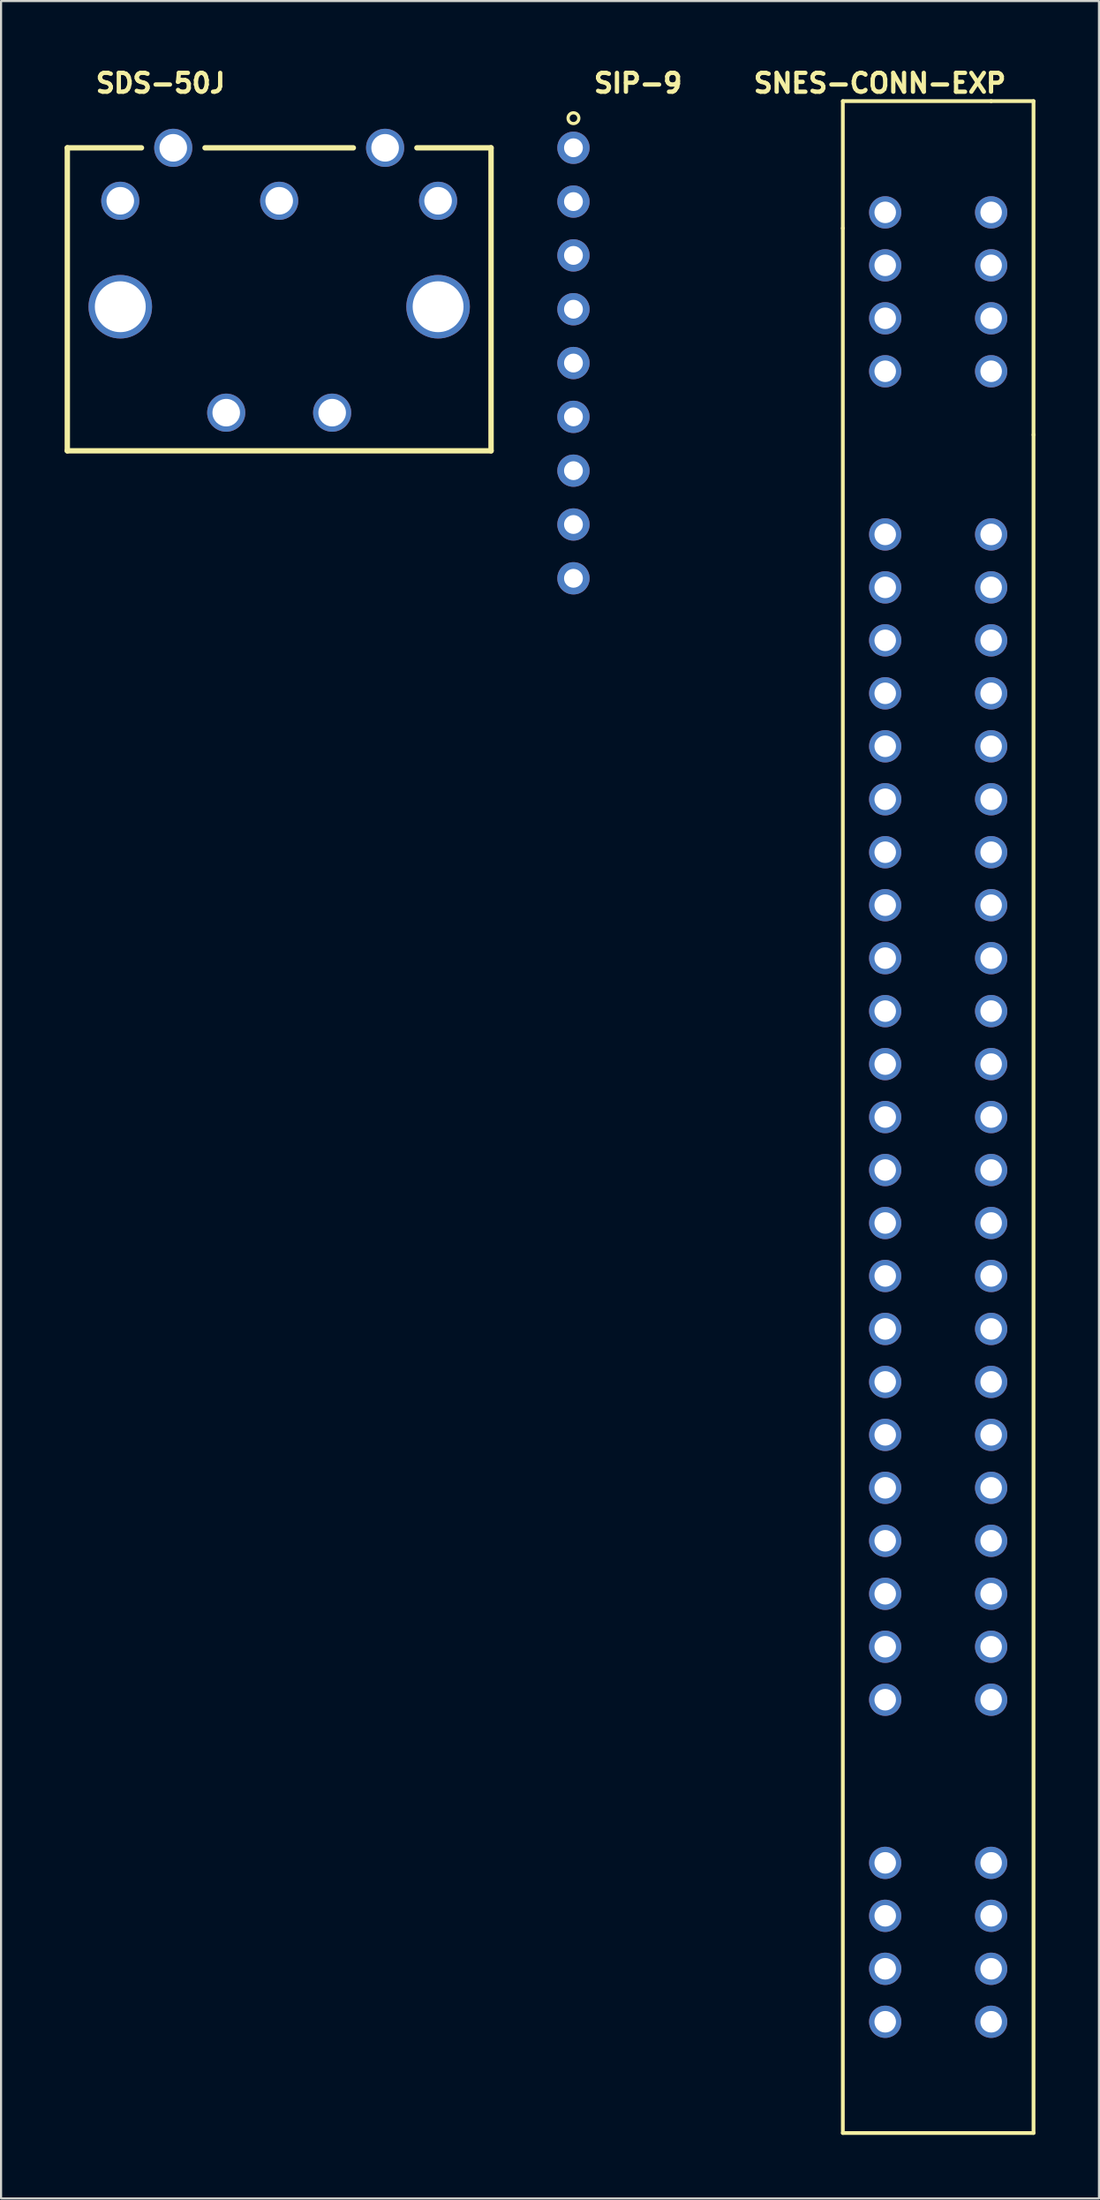
<source format=kicad_pcb>
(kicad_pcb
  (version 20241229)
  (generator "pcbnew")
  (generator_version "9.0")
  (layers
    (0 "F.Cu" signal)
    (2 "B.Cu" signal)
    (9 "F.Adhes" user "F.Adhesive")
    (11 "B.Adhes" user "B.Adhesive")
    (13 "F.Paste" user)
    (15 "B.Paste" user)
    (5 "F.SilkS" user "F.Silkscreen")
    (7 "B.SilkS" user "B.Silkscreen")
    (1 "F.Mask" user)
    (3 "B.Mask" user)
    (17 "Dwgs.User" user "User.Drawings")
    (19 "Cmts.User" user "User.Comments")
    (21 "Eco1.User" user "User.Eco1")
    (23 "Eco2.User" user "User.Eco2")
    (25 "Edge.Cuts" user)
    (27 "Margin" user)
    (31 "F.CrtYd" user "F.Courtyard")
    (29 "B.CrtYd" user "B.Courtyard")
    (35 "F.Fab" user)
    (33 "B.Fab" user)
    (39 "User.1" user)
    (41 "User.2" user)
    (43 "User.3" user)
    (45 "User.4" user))
  (footprint "SDS-50J"
    (layer "F.Cu")
    (at 10.127 6.427)
    (property "Reference" "SDS-50J" (at -5.6 -5.55 0) (layer "F.SilkS") (effects (font (size 0.889 0.889) (thickness 0.203))))
    (attr through_hole)
    (fp_line (start -10 -2.5) (end -6.5 -2.5) (stroke (width 0.254) (type default)) (layer "F.SilkS"))
    (fp_line (start -10 11.8) (end -10 -2.5) (stroke (width 0.254) (type solid)) (layer "F.SilkS"))
    (fp_line (start -3.5 -2.5) (end 3.5 -2.5) (stroke (width 0.254) (type default)) (layer "F.SilkS"))
    (fp_line (start 10 -2.5) (end 6.5 -2.5) (stroke (width 0.254) (type default)) (layer "F.SilkS"))
    (fp_line (start 10 11.8) (end -10 11.8) (stroke (width 0.254) (type solid)) (layer "F.SilkS"))
    (fp_line (start 10 11.8) (end 10 -2.5) (stroke (width 0.254) (type solid)) (layer "F.SilkS"))
    (pad "0" thru_hole circle (at -7.5 5) (size 3 3) (drill 2.4) (layers "*.Cu" "*.Mask"))
    (pad "0" thru_hole circle (at -2.5 10) (size 1.8 1.8) (drill 1.3) (layers "*.Cu" "*.Mask"))
    (pad "0" thru_hole circle (at 2.5 10) (size 1.8 1.8) (drill 1.3) (layers "*.Cu" "*.Mask"))
    (pad "0" thru_hole circle (at 7.5 5) (size 3 3) (drill 2.4) (layers "*.Cu" "*.Mask"))
    (pad "1" thru_hole circle (at 7.5 0) (size 1.8 1.8) (drill 1.3) (layers "*.Cu" "*.Mask"))
    (pad "2" thru_hole circle (at 0 0) (size 1.8 1.8) (drill 1.3) (layers "*.Cu" "*.Mask"))
    (pad "3" thru_hole circle (at -7.5 0) (size 1.8 1.8) (drill 1.3) (layers "*.Cu" "*.Mask"))
    (pad "4" thru_hole circle (at 5 -2.5) (size 1.8 1.8) (drill 1.3) (layers "*.Cu" "*.Mask"))
    (pad "5" thru_hole circle (at -5 -2.5) (size 1.8 1.8) (drill 1.3) (layers "*.Cu" "*.Mask")))
  (footprint "SIP-9"
    (layer "F.Cu")
    (at 24.016 3.925)
    (property "Reference" "SIP-9" (at 3.048 -3.048 0) (layer "F.SilkS") (effects (font (size 0.889 0.889) (thickness 0.203))))
    (attr through_hole)
    (fp_arc (start 0 -1.143) (mid 0 -1.651) (end 0 -1.143) (stroke (width 0.15) (type solid)) (layer "F.SilkS"))
    (pad "1" thru_hole circle (at 0 0) (size 1.524 1.524) (drill 0.889) (layers "*.Cu" "*.Mask"))
    (pad "2" thru_hole circle (at 0 2.54) (size 1.524 1.524) (drill 0.889) (layers "*.Cu" "*.Mask"))
    (pad "3" thru_hole circle (at 0 5.08) (size 1.524 1.524) (drill 0.889) (layers "*.Cu" "*.Mask"))
    (pad "4" thru_hole circle (at 0 7.62) (size 1.524 1.524) (drill 0.889) (layers "*.Cu" "*.Mask"))
    (pad "5" thru_hole circle (at 0 10.16) (size 1.524 1.524) (drill 0.889) (layers "*.Cu" "*.Mask"))
    (pad "6" thru_hole circle (at 0 12.7) (size 1.524 1.524) (drill 0.889) (layers "*.Cu" "*.Mask"))
    (pad "7" thru_hole circle (at 0 15.24) (size 1.524 1.524) (drill 0.889) (layers "*.Cu" "*.Mask"))
    (pad "8" thru_hole circle (at 0 17.78) (size 1.524 1.524) (drill 0.889) (layers "*.Cu" "*.Mask"))
    (pad "9" thru_hole circle (at 0 20.32) (size 1.524 1.524) (drill 0.889) (layers "*.Cu" "*.Mask")))
  (footprint "SNES-CONN-EXP"
    (layer "F.Cu")
    (at 38.73 6.973)
    (property "Reference" "SNES-CONN-EXP" (at -0.254 -6.096 0) (layer "F.SilkS") (effects (font (size 0.889 0.889) (thickness 0.203))))
    (attr through_hole)
    (fp_line (start -2 -5.25) (end -2 0.75) (stroke (width 0.178) (type solid)) (layer "F.SilkS"))
    (fp_line (start -2 -5.25) (end 5 -5.25) (stroke (width 0.178) (type solid)) (layer "F.SilkS"))
    (fp_line (start -2 0.75) (end -2 90.65) (stroke (width 0.178) (type solid)) (layer "F.SilkS"))
    (fp_line (start -2 90.65) (end 7 90.65) (stroke (width 0.178) (type solid)) (layer "F.SilkS"))
    (fp_line (start 5 -5.25) (end 7 -5.25) (stroke (width 0.178) (type solid)) (layer "F.SilkS"))
    (fp_line (start 7 -5.25) (end 7 10.5) (stroke (width 0.178) (type solid)) (layer "F.SilkS"))
    (fp_line (start 7 10.5) (end 7 90.65) (stroke (width 0.178) (type solid)) (layer "F.SilkS"))
    (pad "1" thru_hole circle (at 0 0) (size 1.524 1.524) (drill 1.016) (layers "*.Cu" "*.Mask"))
    (pad "2" thru_hole circle (at 0 2.5) (size 1.524 1.524) (drill 1.016) (layers "*.Cu" "*.Mask"))
    (pad "3" thru_hole circle (at 0 5) (size 1.524 1.524) (drill 1.016) (layers "*.Cu" "*.Mask"))
    (pad "4" thru_hole circle (at 0 7.5) (size 1.524 1.524) (drill 1.016) (layers "*.Cu" "*.Mask"))
    (pad "5" thru_hole circle (at 0 15.2) (size 1.524 1.524) (drill 1.016) (layers "*.Cu" "*.Mask"))
    (pad "6" thru_hole circle (at 0 17.7) (size 1.524 1.524) (drill 1.016) (layers "*.Cu" "*.Mask"))
    (pad "7" thru_hole circle (at 0 20.2) (size 1.524 1.524) (drill 1.016) (layers "*.Cu" "*.Mask"))
    (pad "8" thru_hole circle (at 0 22.7) (size 1.524 1.524) (drill 1.016) (layers "*.Cu" "*.Mask"))
    (pad "9" thru_hole circle (at 0 25.2) (size 1.524 1.524) (drill 1.016) (layers "*.Cu" "*.Mask"))
    (pad "10" thru_hole circle (at 0 27.7) (size 1.524 1.524) (drill 1.016) (layers "*.Cu" "*.Mask"))
    (pad "11" thru_hole circle (at 0 30.2) (size 1.524 1.524) (drill 1.016) (layers "*.Cu" "*.Mask"))
    (pad "12" thru_hole circle (at 0 32.7) (size 1.524 1.524) (drill 1.016) (layers "*.Cu" "*.Mask"))
    (pad "13" thru_hole circle (at 0 35.2) (size 1.524 1.524) (drill 1.016) (layers "*.Cu" "*.Mask"))
    (pad "14" thru_hole circle (at 0 37.7) (size 1.524 1.524) (drill 1.016) (layers "*.Cu" "*.Mask"))
    (pad "15" thru_hole circle (at 0 40.2) (size 1.524 1.524) (drill 1.016) (layers "*.Cu" "*.Mask"))
    (pad "16" thru_hole circle (at 0 42.7) (size 1.524 1.524) (drill 1.016) (layers "*.Cu" "*.Mask"))
    (pad "17" thru_hole circle (at 0 45.2) (size 1.524 1.524) (drill 1.016) (layers "*.Cu" "*.Mask"))
    (pad "18" thru_hole circle (at 0 47.7) (size 1.524 1.524) (drill 1.016) (layers "*.Cu" "*.Mask"))
    (pad "19" thru_hole circle (at 0 50.2) (size 1.524 1.524) (drill 1.016) (layers "*.Cu" "*.Mask"))
    (pad "20" thru_hole circle (at 0 52.7) (size 1.524 1.524) (drill 1.016) (layers "*.Cu" "*.Mask"))
    (pad "21" thru_hole circle (at 0 55.2) (size 1.524 1.524) (drill 1.016) (layers "*.Cu" "*.Mask"))
    (pad "22" thru_hole circle (at 0 57.7) (size 1.524 1.524) (drill 1.016) (layers "*.Cu" "*.Mask"))
    (pad "23" thru_hole circle (at 0 60.2) (size 1.524 1.524) (drill 1.016) (layers "*.Cu" "*.Mask"))
    (pad "24" thru_hole circle (at 0 62.7) (size 1.524 1.524) (drill 1.016) (layers "*.Cu" "*.Mask"))
    (pad "25" thru_hole circle (at 0 65.2) (size 1.524 1.524) (drill 1.016) (layers "*.Cu" "*.Mask"))
    (pad "26" thru_hole circle (at 0 67.7) (size 1.524 1.524) (drill 1.016) (layers "*.Cu" "*.Mask"))
    (pad "27" thru_hole circle (at 0 70.2) (size 1.524 1.524) (drill 1.016) (layers "*.Cu" "*.Mask"))
    (pad "28" thru_hole circle (at 0 77.9) (size 1.524 1.524) (drill 1.016) (layers "*.Cu" "*.Mask"))
    (pad "29" thru_hole circle (at 0 80.4) (size 1.524 1.524) (drill 1.016) (layers "*.Cu" "*.Mask"))
    (pad "30" thru_hole circle (at 0 82.9) (size 1.524 1.524) (drill 1.016) (layers "*.Cu" "*.Mask"))
    (pad "31" thru_hole circle (at 0 85.4) (size 1.524 1.524) (drill 1.016) (layers "*.Cu" "*.Mask"))
    (pad "32" thru_hole circle (at 5 0) (size 1.524 1.524) (drill 1.016) (layers "*.Cu" "*.Mask"))
    (pad "33" thru_hole circle (at 5 2.5) (size 1.524 1.524) (drill 1.016) (layers "*.Cu" "*.Mask"))
    (pad "34" thru_hole circle (at 5 5) (size 1.524 1.524) (drill 1.016) (layers "*.Cu" "*.Mask"))
    (pad "35" thru_hole circle (at 5 7.5) (size 1.524 1.524) (drill 1.016) (layers "*.Cu" "*.Mask"))
    (pad "36" thru_hole circle (at 5 15.2) (size 1.524 1.524) (drill 1.016) (layers "*.Cu" "*.Mask"))
    (pad "37" thru_hole circle (at 5 17.7) (size 1.524 1.524) (drill 1.016) (layers "*.Cu" "*.Mask"))
    (pad "38" thru_hole circle (at 5 20.2) (size 1.524 1.524) (drill 1.016) (layers "*.Cu" "*.Mask"))
    (pad "39" thru_hole circle (at 5 22.7) (size 1.524 1.524) (drill 1.016) (layers "*.Cu" "*.Mask"))
    (pad "40" thru_hole circle (at 5 25.2) (size 1.524 1.524) (drill 1.016) (layers "*.Cu" "*.Mask"))
    (pad "41" thru_hole circle (at 5 27.7) (size 1.524 1.524) (drill 1.016) (layers "*.Cu" "*.Mask"))
    (pad "42" thru_hole circle (at 5 30.2) (size 1.524 1.524) (drill 1.016) (layers "*.Cu" "*.Mask"))
    (pad "43" thru_hole circle (at 5 32.7) (size 1.524 1.524) (drill 1.016) (layers "*.Cu" "*.Mask"))
    (pad "44" thru_hole circle (at 5 35.2) (size 1.524 1.524) (drill 1.016) (layers "*.Cu" "*.Mask"))
    (pad "45" thru_hole circle (at 5 37.7) (size 1.524 1.524) (drill 1.016) (layers "*.Cu" "*.Mask"))
    (pad "46" thru_hole circle (at 5 40.2) (size 1.524 1.524) (drill 1.016) (layers "*.Cu" "*.Mask"))
    (pad "47" thru_hole circle (at 5 42.7) (size 1.524 1.524) (drill 1.016) (layers "*.Cu" "*.Mask"))
    (pad "48" thru_hole circle (at 5 45.2) (size 1.524 1.524) (drill 1.016) (layers "*.Cu" "*.Mask"))
    (pad "49" thru_hole circle (at 5 47.7) (size 1.524 1.524) (drill 1.016) (layers "*.Cu" "*.Mask"))
    (pad "50" thru_hole circle (at 5 50.2) (size 1.524 1.524) (drill 1.016) (layers "*.Cu" "*.Mask"))
    (pad "51" thru_hole circle (at 5 52.7) (size 1.524 1.524) (drill 1.016) (layers "*.Cu" "*.Mask"))
    (pad "52" thru_hole circle (at 5 55.2) (size 1.524 1.524) (drill 1.016) (layers "*.Cu" "*.Mask"))
    (pad "53" thru_hole circle (at 5 57.7) (size 1.524 1.524) (drill 1.016) (layers "*.Cu" "*.Mask"))
    (pad "54" thru_hole circle (at 5 60.2) (size 1.524 1.524) (drill 1.016) (layers "*.Cu" "*.Mask"))
    (pad "55" thru_hole circle (at 5 62.7) (size 1.524 1.524) (drill 1.016) (layers "*.Cu" "*.Mask"))
    (pad "56" thru_hole circle (at 5 65.2) (size 1.524 1.524) (drill 1.016) (layers "*.Cu" "*.Mask"))
    (pad "57" thru_hole circle (at 5 67.7) (size 1.524 1.524) (drill 1.016) (layers "*.Cu" "*.Mask"))
    (pad "58" thru_hole circle (at 5 70.2) (size 1.524 1.524) (drill 1.016) (layers "*.Cu" "*.Mask"))
    (pad "59" thru_hole circle (at 5 77.9) (size 1.524 1.524) (drill 1.016) (layers "*.Cu" "*.Mask"))
    (pad "60" thru_hole circle (at 5 80.4) (size 1.524 1.524) (drill 1.016) (layers "*.Cu" "*.Mask"))
    (pad "61" thru_hole circle (at 5 82.9) (size 1.524 1.524) (drill 1.016) (layers "*.Cu" "*.Mask"))
    (pad "62" thru_hole circle (at 5 85.4) (size 1.524 1.524) (drill 1.016) (layers "*.Cu" "*.Mask")))
  (gr_rect
    (start -3 -3)
    (end 48.819 100.712)
    (stroke (width 0.1) (type default))
    (fill no)
    (layer "Edge.Cuts")))
</source>
